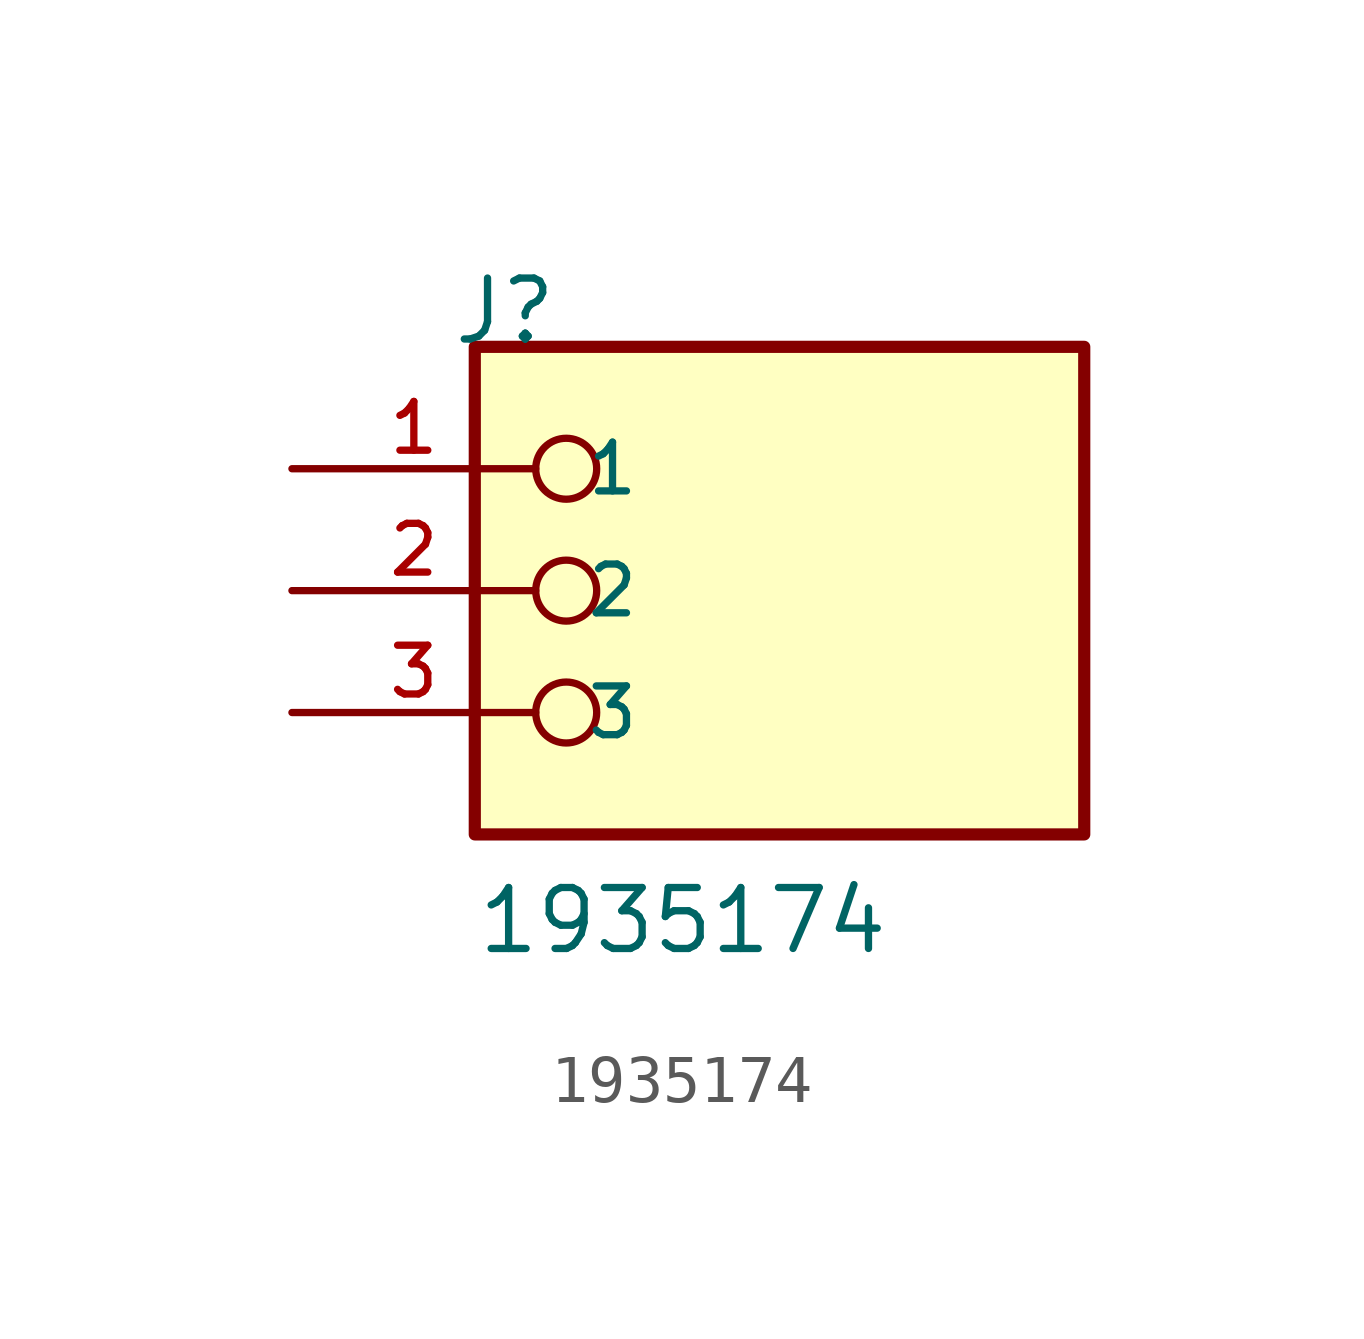
<source format=kicad_sym>
(kicad_symbol_lib
  (version 20211014)
  (generator kicad_symbol_editor)
  (symbol "1935174"
    (pin_names
      (offset 1.016))
    (property "Reference" "J"
      (at -6.85 5.08 0)
      (effects (font (size 1.27 1.27)) (justify bottom left)))
    (property "Value" "1935174"
      (at -6.35 -7.62 0)
      (effects (font (size 1.27 1.27)) (justify bottom left)))
    (symbol "1935174_0_0"
      (circle (center -4.445 2.54) (radius 0.635) (stroke (width 0.152)) (fill (type none)))
      (circle (center -4.445 0.0) (radius 0.635) (stroke (width 0.152)) (fill (type none)))
      (circle (center -4.445 -2.54) (radius 0.635) (stroke (width 0.152)) (fill (type none)))
      (rectangle (start -6.35 -5.08) (end 6.35 5.08) (stroke (width 0.254)) (fill (type background)))
      (pin passive line (at -10.16 2.54 0) (length 5.08) (name "1" (effects (font (size 1.016 1.016)))) (number "1" (effects (font (size 1.016 1.016)))))
      (pin passive line (at -10.16 0.0 0) (length 5.08) (name "2" (effects (font (size 1.016 1.016)))) (number "2" (effects (font (size 1.016 1.016)))))
      (pin passive line (at -10.16 -2.54 0) (length 5.08) (name "3" (effects (font (size 1.016 1.016)))) (number "3" (effects (font (size 1.016 1.016))))))))
</source>
